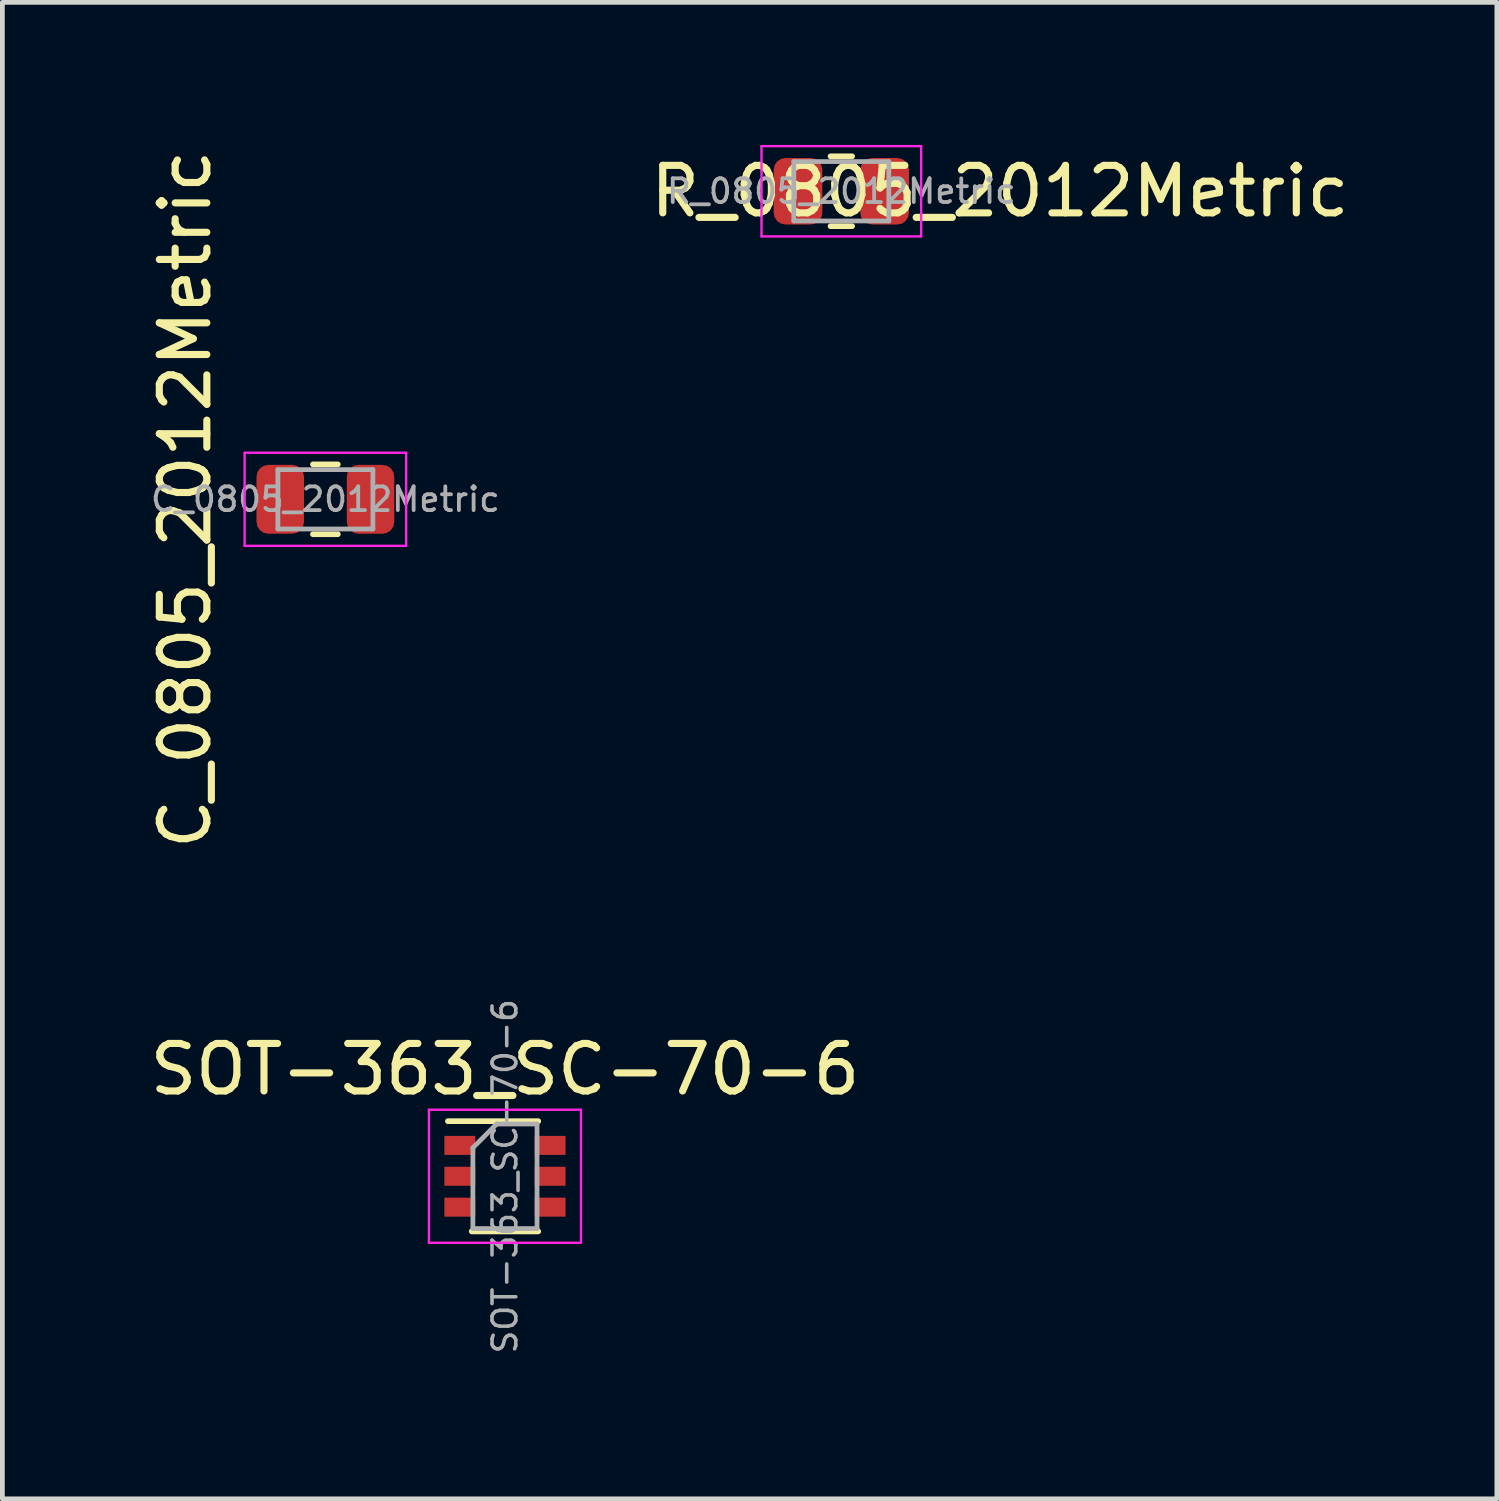
<source format=kicad_pcb>
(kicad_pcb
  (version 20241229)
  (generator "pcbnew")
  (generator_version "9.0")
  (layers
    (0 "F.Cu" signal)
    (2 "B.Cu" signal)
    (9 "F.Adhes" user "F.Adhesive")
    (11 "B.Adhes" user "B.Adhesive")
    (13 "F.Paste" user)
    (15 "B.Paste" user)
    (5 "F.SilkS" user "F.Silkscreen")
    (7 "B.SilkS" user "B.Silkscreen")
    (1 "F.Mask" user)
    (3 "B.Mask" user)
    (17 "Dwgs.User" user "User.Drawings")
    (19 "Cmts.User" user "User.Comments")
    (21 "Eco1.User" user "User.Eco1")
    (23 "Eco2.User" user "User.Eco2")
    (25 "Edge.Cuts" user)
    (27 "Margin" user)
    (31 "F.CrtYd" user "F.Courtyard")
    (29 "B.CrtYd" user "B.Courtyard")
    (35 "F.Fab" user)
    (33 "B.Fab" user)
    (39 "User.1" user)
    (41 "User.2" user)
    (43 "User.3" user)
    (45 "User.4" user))
  (footprint "SOT-363_SC-70-6"
    (layer "F.Cu")
    (at 7.577 21.705)
    (property "Reference" "SOT-363_SC-70-6" (at 0 -2.25 0) (layer "F.SilkS") (effects (font (size 1 1) (thickness 0.15))))
    (attr smd)
    (fp_line (start -0.7 1.16) (end 0.7 1.16) (stroke (width 0.12) (type solid)) (layer "F.SilkS"))
    (fp_line (start 0.7 -1.16) (end -1.2 -1.16) (stroke (width 0.12) (type solid)) (layer "F.SilkS"))
    (fp_line (start -1.6 -1.4) (end -1.6 1.4) (stroke (width 0.05) (type solid)) (layer "F.CrtYd"))
    (fp_line (start -1.6 -1.4) (end 1.6 -1.4) (stroke (width 0.05) (type solid)) (layer "F.CrtYd"))
    (fp_line (start -1.6 1.4) (end 1.6 1.4) (stroke (width 0.05) (type solid)) (layer "F.CrtYd"))
    (fp_line (start 1.6 1.4) (end 1.6 -1.4) (stroke (width 0.05) (type solid)) (layer "F.CrtYd"))
    (fp_line (start -0.675 -0.6) (end -0.675 1.1) (stroke (width 0.1) (type solid)) (layer "F.Fab"))
    (fp_line (start -0.175 -1.1) (end -0.675 -0.6) (stroke (width 0.1) (type solid)) (layer "F.Fab"))
    (fp_line (start 0.675 -1.1) (end -0.175 -1.1) (stroke (width 0.1) (type solid)) (layer "F.Fab"))
    (fp_line (start 0.675 -1.1) (end 0.675 1.1) (stroke (width 0.1) (type solid)) (layer "F.Fab"))
    (fp_line (start 0.675 1.1) (end -0.675 1.1) (stroke (width 0.1) (type solid)) (layer "F.Fab"))
    (fp_text user "${REFERENCE}" (at 0 0 90) (layer "F.Fab") (effects (font (size 0.5 0.5) (thickness 0.075))))
    (pad "1" smd rect (at -0.95 -0.65) (size 0.65 0.4) (layers "F.Cu" "F.Mask" "F.Paste"))
    (pad "2" smd rect (at -0.95 0) (size 0.65 0.4) (layers "F.Cu" "F.Mask" "F.Paste"))
    (pad "3" smd rect (at -0.95 0.65) (size 0.65 0.4) (layers "F.Cu" "F.Mask" "F.Paste"))
    (pad "4" smd rect (at 0.95 0.65) (size 0.65 0.4) (layers "F.Cu" "F.Mask" "F.Paste"))
    (pad "5" smd rect (at 0.95 0) (size 0.65 0.4) (layers "F.Cu" "F.Mask" "F.Paste"))
    (pad "6" smd rect (at 0.95 -0.65) (size 0.65 0.4) (layers "F.Cu" "F.Mask" "F.Paste")))
  (footprint "C_0805_2012Metric"
    (layer "F.Cu")
    (at 3.798 7.458)
    (property "Reference" "C_0805_2012Metric" (at -2.95 0 90) (layer "F.SilkS") (effects (font (size 1 1) (thickness 0.15))))
    (attr smd)
    (fp_line (start -0.261 -0.735) (end 0.261 -0.735) (stroke (width 0.12) (type solid)) (layer "F.SilkS"))
    (fp_line (start -0.261 0.735) (end 0.261 0.735) (stroke (width 0.12) (type solid)) (layer "F.SilkS"))
    (fp_line (start -1.7 -0.98) (end 1.7 -0.98) (stroke (width 0.05) (type solid)) (layer "F.CrtYd"))
    (fp_line (start -1.7 0.98) (end -1.7 -0.98) (stroke (width 0.05) (type solid)) (layer "F.CrtYd"))
    (fp_line (start 1.7 -0.98) (end 1.7 0.98) (stroke (width 0.05) (type solid)) (layer "F.CrtYd"))
    (fp_line (start 1.7 0.98) (end -1.7 0.98) (stroke (width 0.05) (type solid)) (layer "F.CrtYd"))
    (fp_line (start -1 -0.625) (end 1 -0.625) (stroke (width 0.1) (type solid)) (layer "F.Fab"))
    (fp_line (start -1 0.625) (end -1 -0.625) (stroke (width 0.1) (type solid)) (layer "F.Fab"))
    (fp_line (start 1 -0.625) (end 1 0.625) (stroke (width 0.1) (type solid)) (layer "F.Fab"))
    (fp_line (start 1 0.625) (end -1 0.625) (stroke (width 0.1) (type solid)) (layer "F.Fab"))
    (fp_text user "${REFERENCE}" (at 0 0 0) (layer "F.Fab") (effects (font (size 0.5 0.5) (thickness 0.08))))
    (pad "1" smd roundrect (at -0.95 0) (size 1 1.45) (layers "F.Cu" "F.Mask" "F.Paste") (roundrect_rratio 0.25))
    (pad "2" smd roundrect (at 0.95 0) (size 1 1.45) (layers "F.Cu" "F.Mask" "F.Paste") (roundrect_rratio 0.25)))
  (footprint "R_0805_2012Metric"
    (layer "F.Cu")
    (at 14.656 0.975)
    (property "Reference" "R_0805_2012Metric" (at 3.337 0 0) (layer "F.SilkS") (effects (font (size 1 1) (thickness 0.15))))
    (attr smd)
    (fp_line (start -0.227 -0.735) (end 0.227 -0.735) (stroke (width 0.12) (type solid)) (layer "F.SilkS"))
    (fp_line (start -0.227 0.735) (end 0.227 0.735) (stroke (width 0.12) (type solid)) (layer "F.SilkS"))
    (fp_line (start -1.68 -0.95) (end 1.68 -0.95) (stroke (width 0.05) (type solid)) (layer "F.CrtYd"))
    (fp_line (start -1.68 0.95) (end -1.68 -0.95) (stroke (width 0.05) (type solid)) (layer "F.CrtYd"))
    (fp_line (start 1.68 -0.95) (end 1.68 0.95) (stroke (width 0.05) (type solid)) (layer "F.CrtYd"))
    (fp_line (start 1.68 0.95) (end -1.68 0.95) (stroke (width 0.05) (type solid)) (layer "F.CrtYd"))
    (fp_line (start -1 -0.625) (end 1 -0.625) (stroke (width 0.1) (type solid)) (layer "F.Fab"))
    (fp_line (start -1 0.625) (end -1 -0.625) (stroke (width 0.1) (type solid)) (layer "F.Fab"))
    (fp_line (start 1 -0.625) (end 1 0.625) (stroke (width 0.1) (type solid)) (layer "F.Fab"))
    (fp_line (start 1 0.625) (end -1 0.625) (stroke (width 0.1) (type solid)) (layer "F.Fab"))
    (fp_text user "${REFERENCE}" (at 0 0 0) (layer "F.Fab") (effects (font (size 0.5 0.5) (thickness 0.08))))
    (pad "1" smd roundrect (at -0.912 0) (size 1.025 1.4) (layers "F.Cu" "F.Mask" "F.Paste") (roundrect_rratio 0.244))
    (pad "2" smd roundrect (at 0.912 0) (size 1.025 1.4) (layers "F.Cu" "F.Mask" "F.Paste") (roundrect_rratio 0.244)))
  (gr_rect
    (start -3 -3)
    (end 28.452 28.494)
    (stroke (width 0.1) (type default))
    (fill no)
    (layer "Edge.Cuts")))
</source>
